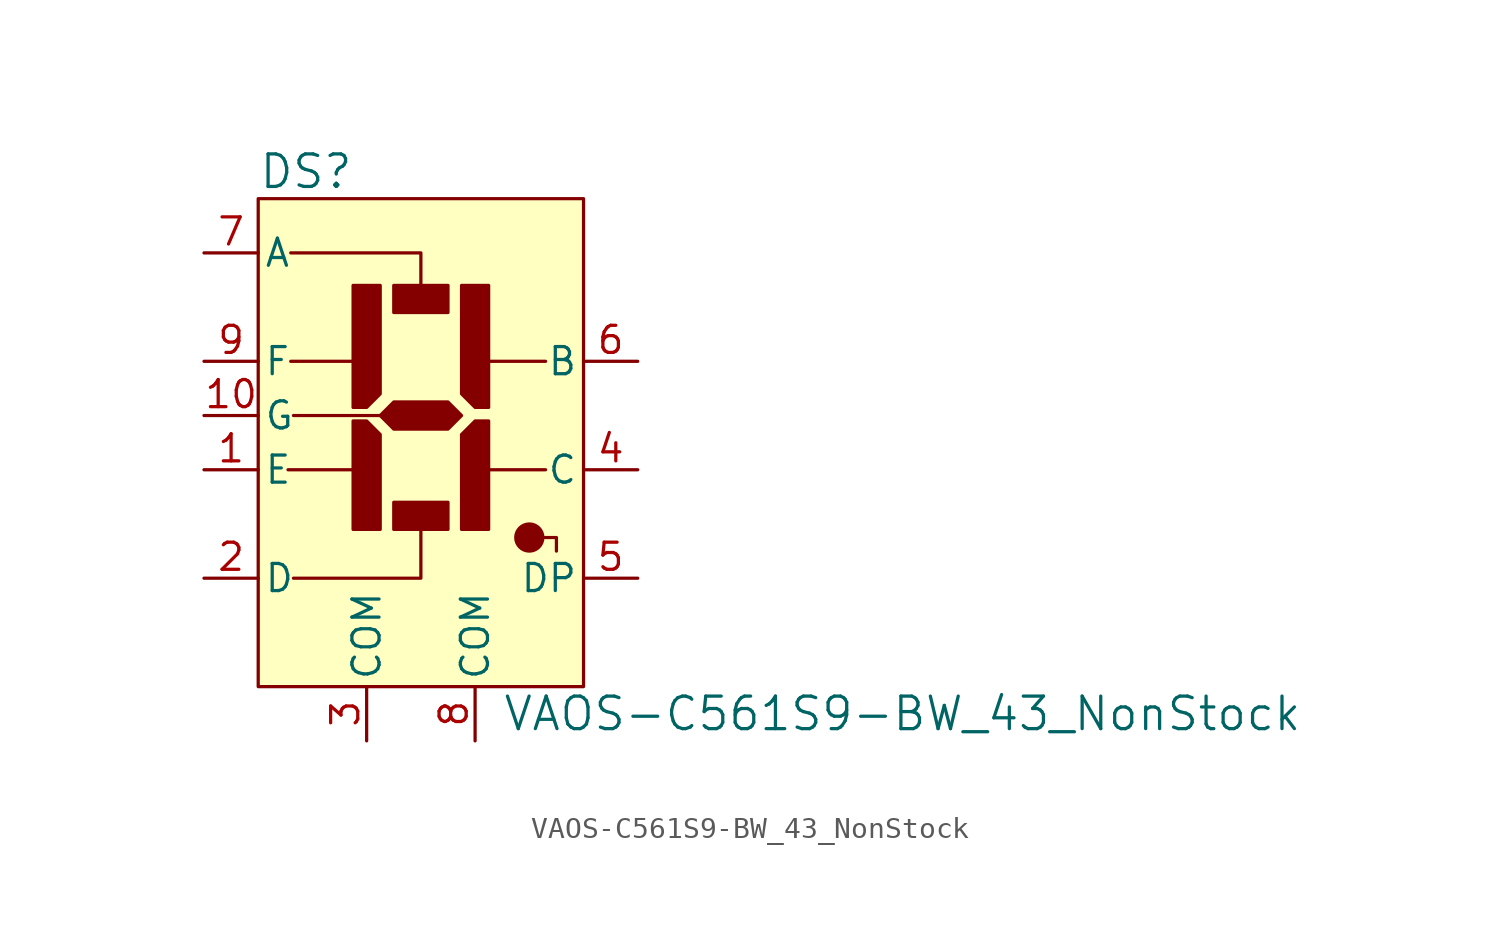
<source format=kicad_sym>
(kicad_symbol_lib
  (version 20231120)
  (generator "kicad_symbol_editor")
  (generator_version "8.0")
  (symbol "VAOS-C561S9-BW_43_NonStock"
    (pin_names
      (offset 0.254))
    (property "Reference" "DS"
      (at -7.62 11.43 0)
      (effects (font (size 1.524 1.524)) (justify left)))
    (property "Value" "VAOS-C561S9-BW_43_NonStock"
      (at 3.81 -13.97 0)
      (effects (font (size 1.524 1.524)) (justify left)))
    (symbol "VAOS-C561S9-BW_43_NonStock_0_1"
      (rectangle (start -7.62 10.16) (end 7.62 -12.7) (stroke (width 0) (type solid)) (fill (type background)))
      (rectangle (start -1.27 -4.064) (end 1.27 -5.334) (stroke (width 0) (type solid)) (fill (type outline)))
      (polyline (pts (xy -6.223 -2.54) (xy -2.54 -2.54)) (stroke (width 0) (type solid)) (fill (type none)))
      (polyline (pts (xy -6.096 2.54) (xy -2.54 2.54)) (stroke (width 0) (type solid)) (fill (type none)))
      (polyline (pts (xy -5.969 0) (xy 0 0)) (stroke (width 0) (type solid)) (fill (type none)))
      (polyline (pts (xy 5.842 -2.54) (xy 2.54 -2.54)) (stroke (width 0) (type solid)) (fill (type none)))
      (polyline (pts (xy 5.842 2.54) (xy 2.54 2.54)) (stroke (width 0) (type solid)) (fill (type none)))
      (polyline (pts (xy -6.096 7.62) (xy 0 7.62) (xy 0 5.08)) (stroke (width 0) (type solid)) (fill (type none)))
      (polyline (pts (xy -5.969 -7.62) (xy 0 -7.62) (xy 0 -5.08)) (stroke (width 0) (type solid)) (fill (type none)))
      (polyline (pts (xy 6.35 -6.35) (xy 6.35 -5.715) (xy 5.08 -5.715)) (stroke (width 0) (type solid)) (fill (type none)))
      (polyline (pts (xy -1.905 1.016) (xy -2.54 0.381) (xy -3.175 0.381) (xy -3.175 6.096) (xy -1.905 6.096) (xy -1.905 1.016)) (stroke (width 0) (type solid)) (fill (type outline)))
      (polyline (pts (xy 1.905 -0.889) (xy 2.54 -0.254) (xy 3.175 -0.254) (xy 3.175 -5.334) (xy 1.905 -5.334) (xy 1.905 -0.889)) (stroke (width 0) (type solid)) (fill (type outline)))
      (polyline (pts (xy 1.905 1.016) (xy 2.54 0.381) (xy 3.175 0.381) (xy 3.175 6.096) (xy 1.905 6.096) (xy 1.905 1.016)) (stroke (width 0) (type solid)) (fill (type outline)))
      (polyline (pts (xy -1.905 -0.889) (xy -2.54 -0.254) (xy -3.175 -0.254) (xy -3.175 -5.334) (xy -2.54 -5.334) (xy -1.905 -5.334) (xy -1.905 -0.889)) (stroke (width 0) (type solid)) (fill (type outline)))
      (polyline (pts (xy -1.905 0) (xy -1.27 0.635) (xy 1.27 0.635) (xy 1.905 0) (xy 1.27 -0.635) (xy -1.27 -0.635) (xy -1.905 0)) (stroke (width 0) (type solid)) (fill (type outline)))
      (rectangle (start 1.27 4.826) (end -1.27 6.096) (stroke (width 0) (type solid)) (fill (type outline)))
      (circle (center 5.08 -5.715) (radius 0.635) (stroke (width 0) (type solid)) (fill (type outline))))
    (symbol "VAOS-C561S9-BW_43_NonStock_1_0"
      (pin passive line (at -2.54 -15.24 90) (length 2.54) (name "COM" (effects (font (size 1.27 1.27)))) (number "3" (effects (font (size 1.27 1.27)))))
      (pin passive line (at 2.54 -15.24 90) (length 2.54) (name "COM" (effects (font (size 1.27 1.27)))) (number "8" (effects (font (size 1.27 1.27))))))
    (symbol "VAOS-C561S9-BW_43_NonStock_1_1"
      (pin input line (at -10.16 -2.54 0) (length 2.54) (name "E" (effects (font (size 1.27 1.27)))) (number "1" (effects (font (size 1.27 1.27)))))
      (pin input line (at -10.16 0 0) (length 2.54) (name "G" (effects (font (size 1.27 1.27)))) (number "10" (effects (font (size 1.27 1.27)))))
      (pin input line (at -10.16 -7.62 0) (length 2.54) (name "D" (effects (font (size 1.27 1.27)))) (number "2" (effects (font (size 1.27 1.27)))))
      (pin input line (at 10.16 -2.54 180) (length 2.54) (name "C" (effects (font (size 1.27 1.27)))) (number "4" (effects (font (size 1.27 1.27)))))
      (pin input line (at 10.16 -7.62 180) (length 2.54) (name "DP" (effects (font (size 1.27 1.27)))) (number "5" (effects (font (size 1.27 1.27)))))
      (pin input line (at 10.16 2.54 180) (length 2.54) (name "B" (effects (font (size 1.27 1.27)))) (number "6" (effects (font (size 1.27 1.27)))))
      (pin input line (at -10.16 7.62 0) (length 2.54) (name "A" (effects (font (size 1.27 1.27)))) (number "7" (effects (font (size 1.27 1.27)))))
      (pin input line (at -10.16 2.54 0) (length 2.54) (name "F" (effects (font (size 1.27 1.27)))) (number "9" (effects (font (size 1.27 1.27))))))))
</source>
